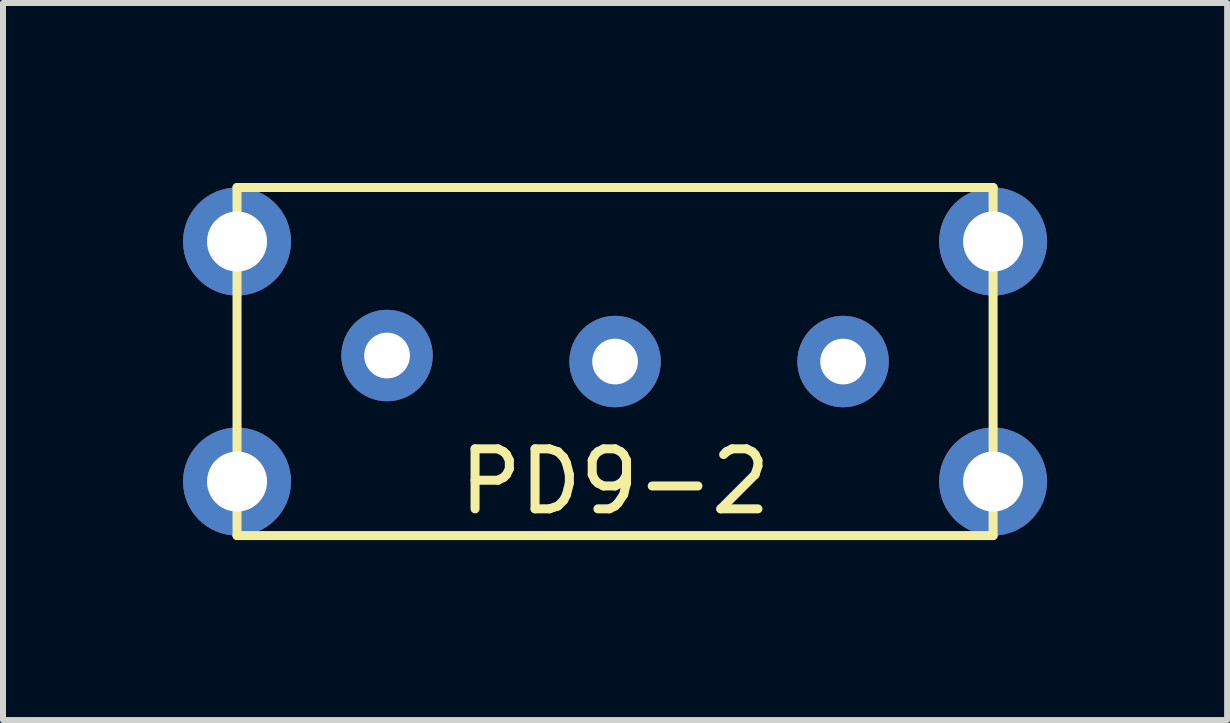
<source format=kicad_pcb>
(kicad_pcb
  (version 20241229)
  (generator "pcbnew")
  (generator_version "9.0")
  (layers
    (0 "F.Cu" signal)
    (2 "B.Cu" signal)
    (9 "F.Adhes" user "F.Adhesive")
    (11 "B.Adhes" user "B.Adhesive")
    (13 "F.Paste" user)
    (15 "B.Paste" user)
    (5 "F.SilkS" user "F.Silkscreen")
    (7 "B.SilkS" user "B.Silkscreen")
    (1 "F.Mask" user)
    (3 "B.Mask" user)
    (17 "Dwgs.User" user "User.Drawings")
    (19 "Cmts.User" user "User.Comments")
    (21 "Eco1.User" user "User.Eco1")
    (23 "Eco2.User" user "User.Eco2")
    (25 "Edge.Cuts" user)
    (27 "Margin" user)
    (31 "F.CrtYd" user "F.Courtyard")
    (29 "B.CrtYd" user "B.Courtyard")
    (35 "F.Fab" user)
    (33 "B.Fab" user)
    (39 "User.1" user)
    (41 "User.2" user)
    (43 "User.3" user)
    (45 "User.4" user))
  (footprint "PD9-2"
    (layer "F.Cu")
    (at 7.2 2.975)
    (property "Reference" "PD9-2" (at 0 2 0) (layer "F.SilkS") (effects (font (size 1 1) (thickness 0.15))))
    (attr through_hole)
    (fp_line (start -6.3 -2.9) (end 6.3 -2.9) (stroke (width 0.15) (type solid)) (layer "F.SilkS"))
    (fp_line (start -6.3 2.9) (end -6.3 -2.9) (stroke (width 0.15) (type solid)) (layer "F.SilkS"))
    (fp_line (start 6.3 -2.9) (end 6.3 2.9) (stroke (width 0.15) (type solid)) (layer "F.SilkS"))
    (fp_line (start 6.3 2.9) (end -6.3 2.9) (stroke (width 0.15) (type solid)) (layer "F.SilkS"))
    (pad "" np_thru_hole circle (at -6.3 -2) (size 1.8 1.8) (drill 1) (layers "*.Cu" "*.Mask"))
    (pad "" np_thru_hole circle (at -6.3 2) (size 1.8 1.8) (drill 1) (layers "*.Cu" "*.Mask"))
    (pad "" np_thru_hole circle (at 6.3 -2) (size 1.8 1.8) (drill 1) (layers "*.Cu" "*.Mask"))
    (pad "" np_thru_hole circle (at 6.3 2) (size 1.8 1.8) (drill 1) (layers "*.Cu" "*.Mask"))
    (pad "1" thru_hole circle (at -3.8 -0.1) (size 1.524 1.524) (drill 0.762) (layers "*.Cu" "*.Mask"))
    (pad "2" thru_hole circle (at 0 0) (size 1.524 1.524) (drill 0.762) (layers "*.Cu" "*.Mask"))
    (pad "3" thru_hole circle (at 3.8 0) (size 1.524 1.524) (drill 0.762) (layers "*.Cu" "*.Mask")))
  (gr_rect
    (start -3 -3)
    (end 17.4 8.95)
    (stroke (width 0.1) (type default))
    (fill no)
    (layer "Edge.Cuts")))
</source>
